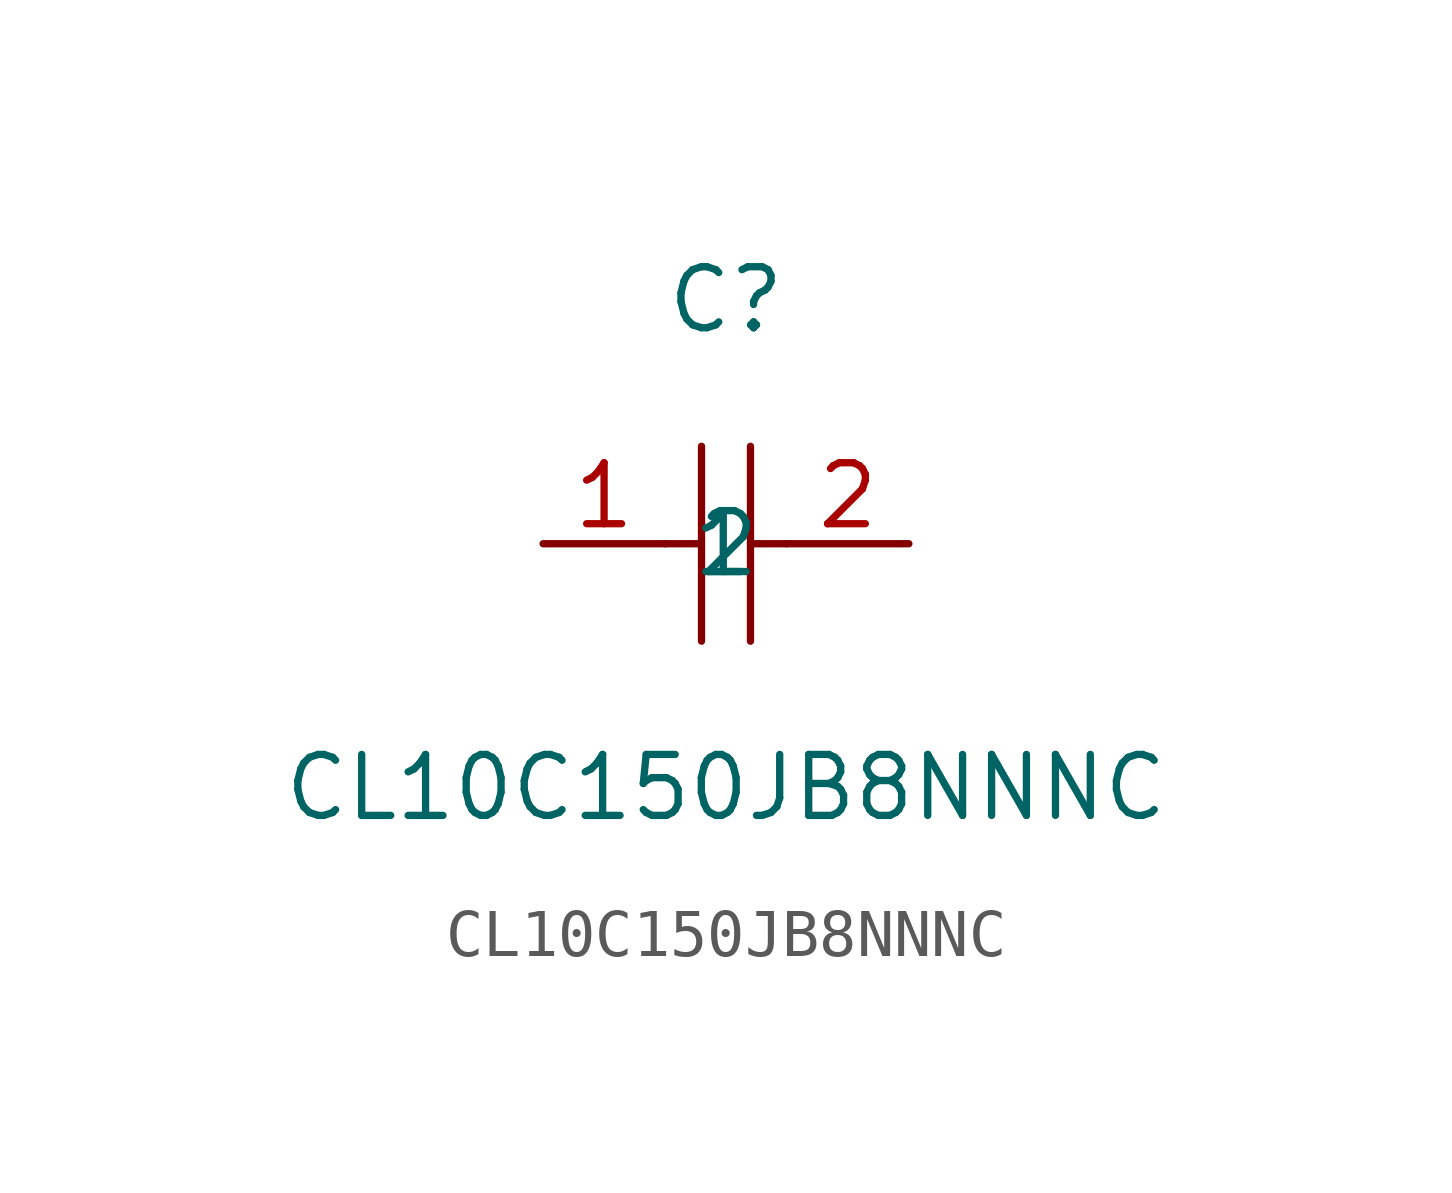
<source format=kicad_sym>
(kicad_symbol_lib
  (version 20211014)
  (generator https://github.com/uPesy/easyeda2kicad.py)
  (symbol "CL10C150JB8NNNC"
    (property "Reference" "C"
      (at 0 5.08 0)
      (effects (font (size 1.27 1.27))))
    (property "Value" "CL10C150JB8NNNC"
      (at 0 -5.08 0)
      (effects (font (size 1.27 1.27))))
    (symbol "CL10C150JB8NNNC_0_1"
      (polyline (pts (xy -0.51 2.03) (xy -0.51 -2.03)) (stroke (width 0) (type default) (color 0 0 0 0)) (fill (type none)))
      (polyline (pts (xy 0.51 2.03) (xy 0.51 -2.03)) (stroke (width 0) (type default) (color 0 0 0 0)) (fill (type none)))
      (polyline (pts (xy -1.27 -0.00) (xy -0.51 -0.00)) (stroke (width 0) (type default) (color 0 0 0 0)) (fill (type none)))
      (polyline (pts (xy 0.51 -0.00) (xy 1.27 -0.00)) (stroke (width 0) (type default) (color 0 0 0 0)) (fill (type none)))
      (pin input line (at -3.81 -0.00 0) (length 2.54) (name "1" (effects (font (size 1.27 1.27)))) (number "1" (effects (font (size 1.27 1.27)))))
      (pin input line (at 3.81 -0.00 180) (length 2.54) (name "2" (effects (font (size 1.27 1.27)))) (number "2" (effects (font (size 1.27 1.27))))))))
</source>
